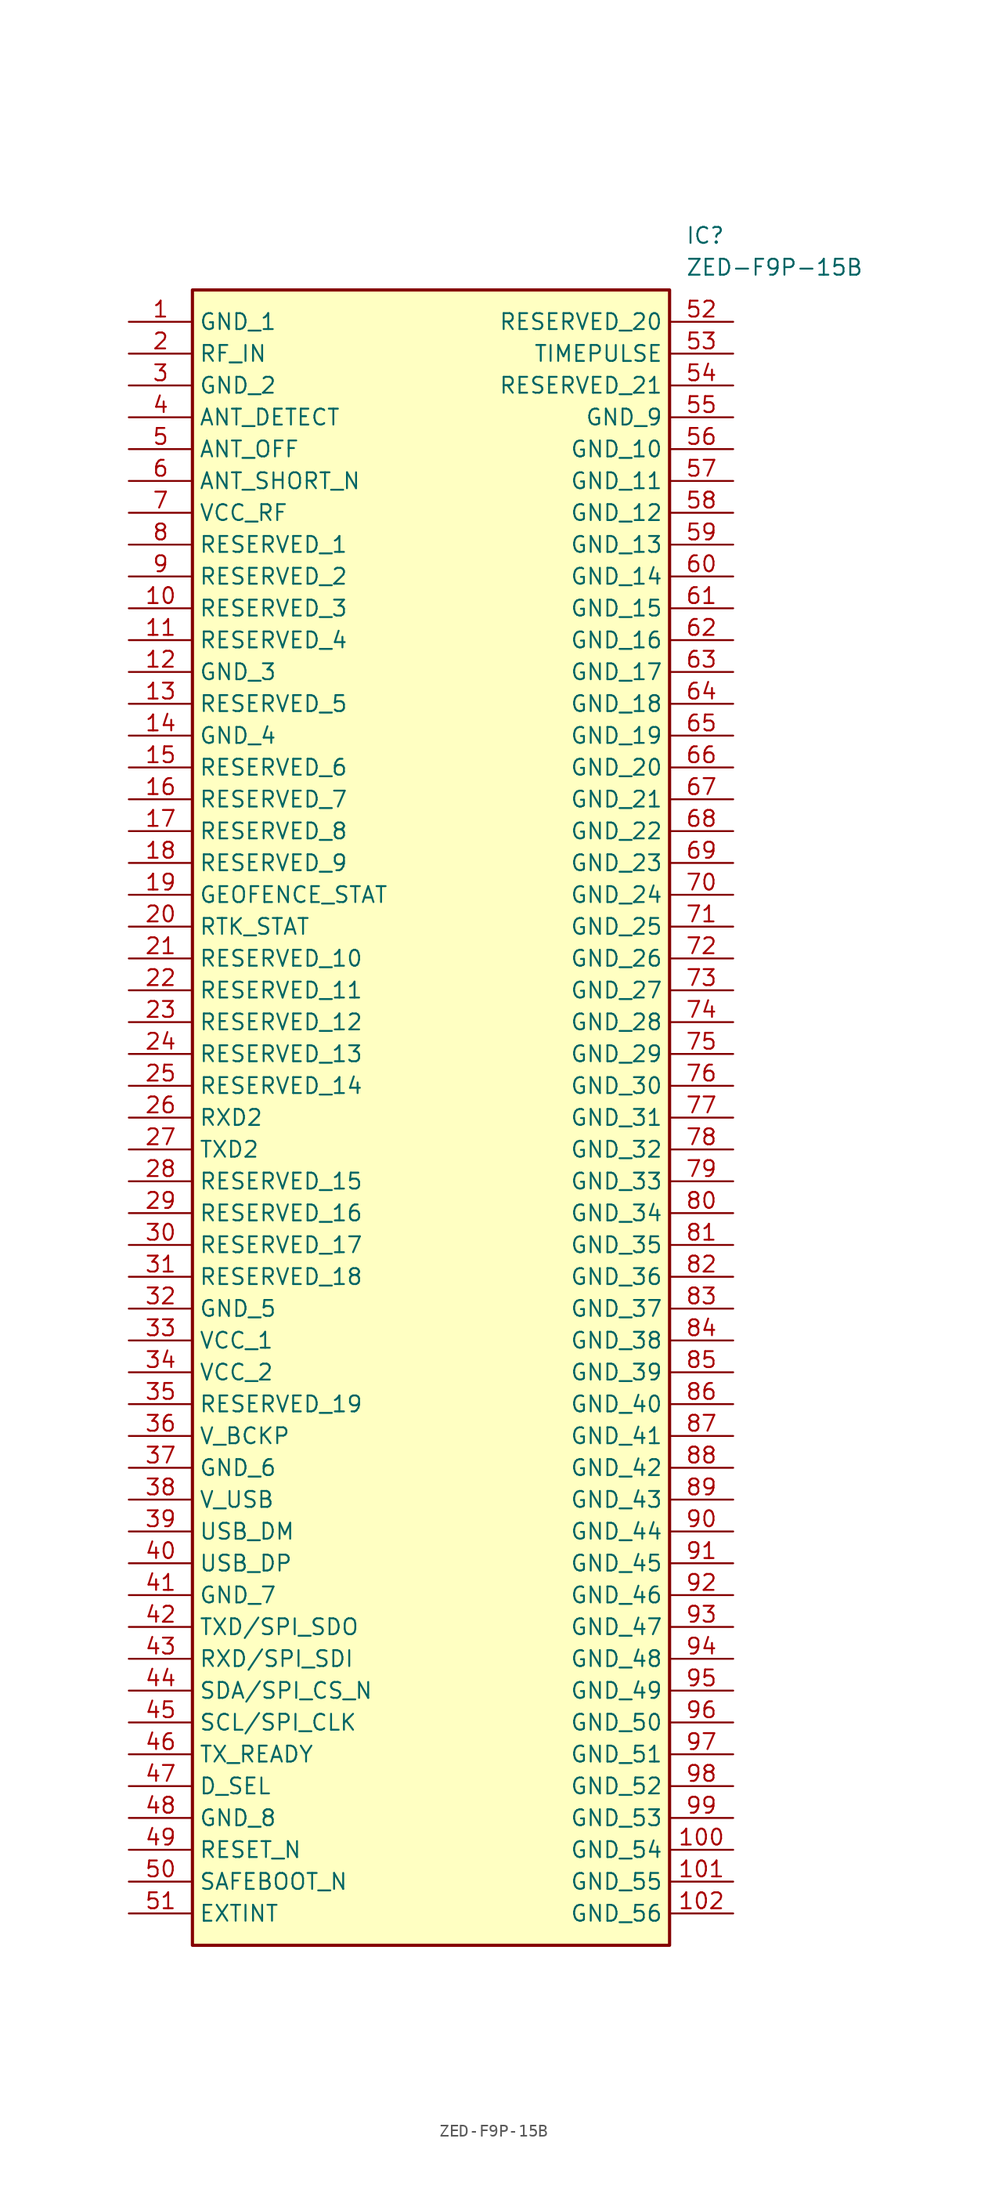
<source format=kicad_sym>
(kicad_symbol_lib
  (version 20211014)
  (generator SamacSys_ECAD_Model)
  (symbol "ZED-F9P-15B"
    (property "Reference" "IC"
      (at 44.45 7.62 0)
      (effects (font (size 1.27 1.27)) (justify left top)))
    (property "Value" "ZED-F9P-15B"
      (at 44.45 5.08 0)
      (effects (font (size 1.27 1.27)) (justify left top)))
    (rectangle
      (start 5.08 2.54)
      (end 43.18 -129.54)
      (stroke (width 0.254) (type default))
      (fill (type background)))
    (pin passive line
      (at 0 0 0)
      (length 5.08)
      (name "GND_1" (effects (font (size 1.27 1.27))))
      (number "1" (effects (font (size 1.27 1.27)))))
    (pin passive line
      (at 0 -2.54 0)
      (length 5.08)
      (name "RF_IN" (effects (font (size 1.27 1.27))))
      (number "2" (effects (font (size 1.27 1.27)))))
    (pin passive line
      (at 0 -5.08 0)
      (length 5.08)
      (name "GND_2" (effects (font (size 1.27 1.27))))
      (number "3" (effects (font (size 1.27 1.27)))))
    (pin passive line
      (at 0 -7.62 0)
      (length 5.08)
      (name "ANT_DETECT" (effects (font (size 1.27 1.27))))
      (number "4" (effects (font (size 1.27 1.27)))))
    (pin passive line
      (at 0 -10.16 0)
      (length 5.08)
      (name "ANT_OFF" (effects (font (size 1.27 1.27))))
      (number "5" (effects (font (size 1.27 1.27)))))
    (pin passive line
      (at 0 -12.7 0)
      (length 5.08)
      (name "ANT_SHORT_N" (effects (font (size 1.27 1.27))))
      (number "6" (effects (font (size 1.27 1.27)))))
    (pin passive line
      (at 0 -15.24 0)
      (length 5.08)
      (name "VCC_RF" (effects (font (size 1.27 1.27))))
      (number "7" (effects (font (size 1.27 1.27)))))
    (pin passive line
      (at 0 -17.78 0)
      (length 5.08)
      (name "RESERVED_1" (effects (font (size 1.27 1.27))))
      (number "8" (effects (font (size 1.27 1.27)))))
    (pin passive line
      (at 0 -20.32 0)
      (length 5.08)
      (name "RESERVED_2" (effects (font (size 1.27 1.27))))
      (number "9" (effects (font (size 1.27 1.27)))))
    (pin passive line
      (at 0 -22.86 0)
      (length 5.08)
      (name "RESERVED_3" (effects (font (size 1.27 1.27))))
      (number "10" (effects (font (size 1.27 1.27)))))
    (pin passive line
      (at 0 -25.4 0)
      (length 5.08)
      (name "RESERVED_4" (effects (font (size 1.27 1.27))))
      (number "11" (effects (font (size 1.27 1.27)))))
    (pin passive line
      (at 0 -27.94 0)
      (length 5.08)
      (name "GND_3" (effects (font (size 1.27 1.27))))
      (number "12" (effects (font (size 1.27 1.27)))))
    (pin passive line
      (at 0 -30.48 0)
      (length 5.08)
      (name "RESERVED_5" (effects (font (size 1.27 1.27))))
      (number "13" (effects (font (size 1.27 1.27)))))
    (pin passive line
      (at 0 -33.02 0)
      (length 5.08)
      (name "GND_4" (effects (font (size 1.27 1.27))))
      (number "14" (effects (font (size 1.27 1.27)))))
    (pin passive line
      (at 0 -35.56 0)
      (length 5.08)
      (name "RESERVED_6" (effects (font (size 1.27 1.27))))
      (number "15" (effects (font (size 1.27 1.27)))))
    (pin passive line
      (at 0 -38.1 0)
      (length 5.08)
      (name "RESERVED_7" (effects (font (size 1.27 1.27))))
      (number "16" (effects (font (size 1.27 1.27)))))
    (pin passive line
      (at 0 -40.64 0)
      (length 5.08)
      (name "RESERVED_8" (effects (font (size 1.27 1.27))))
      (number "17" (effects (font (size 1.27 1.27)))))
    (pin passive line
      (at 0 -43.18 0)
      (length 5.08)
      (name "RESERVED_9" (effects (font (size 1.27 1.27))))
      (number "18" (effects (font (size 1.27 1.27)))))
    (pin passive line
      (at 0 -45.72 0)
      (length 5.08)
      (name "GEOFENCE_STAT" (effects (font (size 1.27 1.27))))
      (number "19" (effects (font (size 1.27 1.27)))))
    (pin passive line
      (at 0 -48.26 0)
      (length 5.08)
      (name "RTK_STAT" (effects (font (size 1.27 1.27))))
      (number "20" (effects (font (size 1.27 1.27)))))
    (pin passive line
      (at 0 -50.8 0)
      (length 5.08)
      (name "RESERVED_10" (effects (font (size 1.27 1.27))))
      (number "21" (effects (font (size 1.27 1.27)))))
    (pin passive line
      (at 0 -53.34 0)
      (length 5.08)
      (name "RESERVED_11" (effects (font (size 1.27 1.27))))
      (number "22" (effects (font (size 1.27 1.27)))))
    (pin passive line
      (at 0 -55.88 0)
      (length 5.08)
      (name "RESERVED_12" (effects (font (size 1.27 1.27))))
      (number "23" (effects (font (size 1.27 1.27)))))
    (pin passive line
      (at 0 -58.42 0)
      (length 5.08)
      (name "RESERVED_13" (effects (font (size 1.27 1.27))))
      (number "24" (effects (font (size 1.27 1.27)))))
    (pin passive line
      (at 0 -60.96 0)
      (length 5.08)
      (name "RESERVED_14" (effects (font (size 1.27 1.27))))
      (number "25" (effects (font (size 1.27 1.27)))))
    (pin passive line
      (at 0 -63.5 0)
      (length 5.08)
      (name "RXD2" (effects (font (size 1.27 1.27))))
      (number "26" (effects (font (size 1.27 1.27)))))
    (pin passive line
      (at 0 -66.04 0)
      (length 5.08)
      (name "TXD2" (effects (font (size 1.27 1.27))))
      (number "27" (effects (font (size 1.27 1.27)))))
    (pin passive line
      (at 0 -68.58 0)
      (length 5.08)
      (name "RESERVED_15" (effects (font (size 1.27 1.27))))
      (number "28" (effects (font (size 1.27 1.27)))))
    (pin passive line
      (at 0 -71.12 0)
      (length 5.08)
      (name "RESERVED_16" (effects (font (size 1.27 1.27))))
      (number "29" (effects (font (size 1.27 1.27)))))
    (pin passive line
      (at 0 -73.66 0)
      (length 5.08)
      (name "RESERVED_17" (effects (font (size 1.27 1.27))))
      (number "30" (effects (font (size 1.27 1.27)))))
    (pin passive line
      (at 0 -76.2 0)
      (length 5.08)
      (name "RESERVED_18" (effects (font (size 1.27 1.27))))
      (number "31" (effects (font (size 1.27 1.27)))))
    (pin passive line
      (at 0 -78.74 0)
      (length 5.08)
      (name "GND_5" (effects (font (size 1.27 1.27))))
      (number "32" (effects (font (size 1.27 1.27)))))
    (pin passive line
      (at 0 -81.28 0)
      (length 5.08)
      (name "VCC_1" (effects (font (size 1.27 1.27))))
      (number "33" (effects (font (size 1.27 1.27)))))
    (pin passive line
      (at 0 -83.82 0)
      (length 5.08)
      (name "VCC_2" (effects (font (size 1.27 1.27))))
      (number "34" (effects (font (size 1.27 1.27)))))
    (pin passive line
      (at 0 -86.36 0)
      (length 5.08)
      (name "RESERVED_19" (effects (font (size 1.27 1.27))))
      (number "35" (effects (font (size 1.27 1.27)))))
    (pin passive line
      (at 0 -88.9 0)
      (length 5.08)
      (name "V_BCKP" (effects (font (size 1.27 1.27))))
      (number "36" (effects (font (size 1.27 1.27)))))
    (pin passive line
      (at 0 -91.44 0)
      (length 5.08)
      (name "GND_6" (effects (font (size 1.27 1.27))))
      (number "37" (effects (font (size 1.27 1.27)))))
    (pin passive line
      (at 0 -93.98 0)
      (length 5.08)
      (name "V_USB" (effects (font (size 1.27 1.27))))
      (number "38" (effects (font (size 1.27 1.27)))))
    (pin passive line
      (at 0 -96.52 0)
      (length 5.08)
      (name "USB_DM" (effects (font (size 1.27 1.27))))
      (number "39" (effects (font (size 1.27 1.27)))))
    (pin passive line
      (at 0 -99.06 0)
      (length 5.08)
      (name "USB_DP" (effects (font (size 1.27 1.27))))
      (number "40" (effects (font (size 1.27 1.27)))))
    (pin passive line
      (at 0 -101.6 0)
      (length 5.08)
      (name "GND_7" (effects (font (size 1.27 1.27))))
      (number "41" (effects (font (size 1.27 1.27)))))
    (pin passive line
      (at 0 -104.14 0)
      (length 5.08)
      (name "TXD/SPI_SDO" (effects (font (size 1.27 1.27))))
      (number "42" (effects (font (size 1.27 1.27)))))
    (pin passive line
      (at 0 -106.68 0)
      (length 5.08)
      (name "RXD/SPI_SDI" (effects (font (size 1.27 1.27))))
      (number "43" (effects (font (size 1.27 1.27)))))
    (pin passive line
      (at 0 -109.22 0)
      (length 5.08)
      (name "SDA/SPI_CS_N" (effects (font (size 1.27 1.27))))
      (number "44" (effects (font (size 1.27 1.27)))))
    (pin passive line
      (at 0 -111.76 0)
      (length 5.08)
      (name "SCL/SPI_CLK" (effects (font (size 1.27 1.27))))
      (number "45" (effects (font (size 1.27 1.27)))))
    (pin passive line
      (at 0 -114.3 0)
      (length 5.08)
      (name "TX_READY" (effects (font (size 1.27 1.27))))
      (number "46" (effects (font (size 1.27 1.27)))))
    (pin passive line
      (at 0 -116.84 0)
      (length 5.08)
      (name "D_SEL" (effects (font (size 1.27 1.27))))
      (number "47" (effects (font (size 1.27 1.27)))))
    (pin passive line
      (at 0 -119.38 0)
      (length 5.08)
      (name "GND_8" (effects (font (size 1.27 1.27))))
      (number "48" (effects (font (size 1.27 1.27)))))
    (pin passive line
      (at 0 -121.92 0)
      (length 5.08)
      (name "RESET_N" (effects (font (size 1.27 1.27))))
      (number "49" (effects (font (size 1.27 1.27)))))
    (pin passive line
      (at 0 -124.46 0)
      (length 5.08)
      (name "SAFEBOOT_N" (effects (font (size 1.27 1.27))))
      (number "50" (effects (font (size 1.27 1.27)))))
    (pin passive line
      (at 0 -127 0)
      (length 5.08)
      (name "EXTINT" (effects (font (size 1.27 1.27))))
      (number "51" (effects (font (size 1.27 1.27)))))
    (pin passive line
      (at 48.26 0 180)
      (length 5.08)
      (name "RESERVED_20" (effects (font (size 1.27 1.27))))
      (number "52" (effects (font (size 1.27 1.27)))))
    (pin passive line
      (at 48.26 -2.54 180)
      (length 5.08)
      (name "TIMEPULSE" (effects (font (size 1.27 1.27))))
      (number "53" (effects (font (size 1.27 1.27)))))
    (pin passive line
      (at 48.26 -5.08 180)
      (length 5.08)
      (name "RESERVED_21" (effects (font (size 1.27 1.27))))
      (number "54" (effects (font (size 1.27 1.27)))))
    (pin passive line
      (at 48.26 -7.62 180)
      (length 5.08)
      (name "GND_9" (effects (font (size 1.27 1.27))))
      (number "55" (effects (font (size 1.27 1.27)))))
    (pin passive line
      (at 48.26 -10.16 180)
      (length 5.08)
      (name "GND_10" (effects (font (size 1.27 1.27))))
      (number "56" (effects (font (size 1.27 1.27)))))
    (pin passive line
      (at 48.26 -12.7 180)
      (length 5.08)
      (name "GND_11" (effects (font (size 1.27 1.27))))
      (number "57" (effects (font (size 1.27 1.27)))))
    (pin passive line
      (at 48.26 -15.24 180)
      (length 5.08)
      (name "GND_12" (effects (font (size 1.27 1.27))))
      (number "58" (effects (font (size 1.27 1.27)))))
    (pin passive line
      (at 48.26 -17.78 180)
      (length 5.08)
      (name "GND_13" (effects (font (size 1.27 1.27))))
      (number "59" (effects (font (size 1.27 1.27)))))
    (pin passive line
      (at 48.26 -20.32 180)
      (length 5.08)
      (name "GND_14" (effects (font (size 1.27 1.27))))
      (number "60" (effects (font (size 1.27 1.27)))))
    (pin passive line
      (at 48.26 -22.86 180)
      (length 5.08)
      (name "GND_15" (effects (font (size 1.27 1.27))))
      (number "61" (effects (font (size 1.27 1.27)))))
    (pin passive line
      (at 48.26 -25.4 180)
      (length 5.08)
      (name "GND_16" (effects (font (size 1.27 1.27))))
      (number "62" (effects (font (size 1.27 1.27)))))
    (pin passive line
      (at 48.26 -27.94 180)
      (length 5.08)
      (name "GND_17" (effects (font (size 1.27 1.27))))
      (number "63" (effects (font (size 1.27 1.27)))))
    (pin passive line
      (at 48.26 -30.48 180)
      (length 5.08)
      (name "GND_18" (effects (font (size 1.27 1.27))))
      (number "64" (effects (font (size 1.27 1.27)))))
    (pin passive line
      (at 48.26 -33.02 180)
      (length 5.08)
      (name "GND_19" (effects (font (size 1.27 1.27))))
      (number "65" (effects (font (size 1.27 1.27)))))
    (pin passive line
      (at 48.26 -35.56 180)
      (length 5.08)
      (name "GND_20" (effects (font (size 1.27 1.27))))
      (number "66" (effects (font (size 1.27 1.27)))))
    (pin passive line
      (at 48.26 -38.1 180)
      (length 5.08)
      (name "GND_21" (effects (font (size 1.27 1.27))))
      (number "67" (effects (font (size 1.27 1.27)))))
    (pin passive line
      (at 48.26 -40.64 180)
      (length 5.08)
      (name "GND_22" (effects (font (size 1.27 1.27))))
      (number "68" (effects (font (size 1.27 1.27)))))
    (pin passive line
      (at 48.26 -43.18 180)
      (length 5.08)
      (name "GND_23" (effects (font (size 1.27 1.27))))
      (number "69" (effects (font (size 1.27 1.27)))))
    (pin passive line
      (at 48.26 -45.72 180)
      (length 5.08)
      (name "GND_24" (effects (font (size 1.27 1.27))))
      (number "70" (effects (font (size 1.27 1.27)))))
    (pin passive line
      (at 48.26 -48.26 180)
      (length 5.08)
      (name "GND_25" (effects (font (size 1.27 1.27))))
      (number "71" (effects (font (size 1.27 1.27)))))
    (pin passive line
      (at 48.26 -50.8 180)
      (length 5.08)
      (name "GND_26" (effects (font (size 1.27 1.27))))
      (number "72" (effects (font (size 1.27 1.27)))))
    (pin passive line
      (at 48.26 -53.34 180)
      (length 5.08)
      (name "GND_27" (effects (font (size 1.27 1.27))))
      (number "73" (effects (font (size 1.27 1.27)))))
    (pin passive line
      (at 48.26 -55.88 180)
      (length 5.08)
      (name "GND_28" (effects (font (size 1.27 1.27))))
      (number "74" (effects (font (size 1.27 1.27)))))
    (pin passive line
      (at 48.26 -58.42 180)
      (length 5.08)
      (name "GND_29" (effects (font (size 1.27 1.27))))
      (number "75" (effects (font (size 1.27 1.27)))))
    (pin passive line
      (at 48.26 -60.96 180)
      (length 5.08)
      (name "GND_30" (effects (font (size 1.27 1.27))))
      (number "76" (effects (font (size 1.27 1.27)))))
    (pin passive line
      (at 48.26 -63.5 180)
      (length 5.08)
      (name "GND_31" (effects (font (size 1.27 1.27))))
      (number "77" (effects (font (size 1.27 1.27)))))
    (pin passive line
      (at 48.26 -66.04 180)
      (length 5.08)
      (name "GND_32" (effects (font (size 1.27 1.27))))
      (number "78" (effects (font (size 1.27 1.27)))))
    (pin passive line
      (at 48.26 -68.58 180)
      (length 5.08)
      (name "GND_33" (effects (font (size 1.27 1.27))))
      (number "79" (effects (font (size 1.27 1.27)))))
    (pin passive line
      (at 48.26 -71.12 180)
      (length 5.08)
      (name "GND_34" (effects (font (size 1.27 1.27))))
      (number "80" (effects (font (size 1.27 1.27)))))
    (pin passive line
      (at 48.26 -73.66 180)
      (length 5.08)
      (name "GND_35" (effects (font (size 1.27 1.27))))
      (number "81" (effects (font (size 1.27 1.27)))))
    (pin passive line
      (at 48.26 -76.2 180)
      (length 5.08)
      (name "GND_36" (effects (font (size 1.27 1.27))))
      (number "82" (effects (font (size 1.27 1.27)))))
    (pin passive line
      (at 48.26 -78.74 180)
      (length 5.08)
      (name "GND_37" (effects (font (size 1.27 1.27))))
      (number "83" (effects (font (size 1.27 1.27)))))
    (pin passive line
      (at 48.26 -81.28 180)
      (length 5.08)
      (name "GND_38" (effects (font (size 1.27 1.27))))
      (number "84" (effects (font (size 1.27 1.27)))))
    (pin passive line
      (at 48.26 -83.82 180)
      (length 5.08)
      (name "GND_39" (effects (font (size 1.27 1.27))))
      (number "85" (effects (font (size 1.27 1.27)))))
    (pin passive line
      (at 48.26 -86.36 180)
      (length 5.08)
      (name "GND_40" (effects (font (size 1.27 1.27))))
      (number "86" (effects (font (size 1.27 1.27)))))
    (pin passive line
      (at 48.26 -88.9 180)
      (length 5.08)
      (name "GND_41" (effects (font (size 1.27 1.27))))
      (number "87" (effects (font (size 1.27 1.27)))))
    (pin passive line
      (at 48.26 -91.44 180)
      (length 5.08)
      (name "GND_42" (effects (font (size 1.27 1.27))))
      (number "88" (effects (font (size 1.27 1.27)))))
    (pin passive line
      (at 48.26 -93.98 180)
      (length 5.08)
      (name "GND_43" (effects (font (size 1.27 1.27))))
      (number "89" (effects (font (size 1.27 1.27)))))
    (pin passive line
      (at 48.26 -96.52 180)
      (length 5.08)
      (name "GND_44" (effects (font (size 1.27 1.27))))
      (number "90" (effects (font (size 1.27 1.27)))))
    (pin passive line
      (at 48.26 -99.06 180)
      (length 5.08)
      (name "GND_45" (effects (font (size 1.27 1.27))))
      (number "91" (effects (font (size 1.27 1.27)))))
    (pin passive line
      (at 48.26 -101.6 180)
      (length 5.08)
      (name "GND_46" (effects (font (size 1.27 1.27))))
      (number "92" (effects (font (size 1.27 1.27)))))
    (pin passive line
      (at 48.26 -104.14 180)
      (length 5.08)
      (name "GND_47" (effects (font (size 1.27 1.27))))
      (number "93" (effects (font (size 1.27 1.27)))))
    (pin passive line
      (at 48.26 -106.68 180)
      (length 5.08)
      (name "GND_48" (effects (font (size 1.27 1.27))))
      (number "94" (effects (font (size 1.27 1.27)))))
    (pin passive line
      (at 48.26 -109.22 180)
      (length 5.08)
      (name "GND_49" (effects (font (size 1.27 1.27))))
      (number "95" (effects (font (size 1.27 1.27)))))
    (pin passive line
      (at 48.26 -111.76 180)
      (length 5.08)
      (name "GND_50" (effects (font (size 1.27 1.27))))
      (number "96" (effects (font (size 1.27 1.27)))))
    (pin passive line
      (at 48.26 -114.3 180)
      (length 5.08)
      (name "GND_51" (effects (font (size 1.27 1.27))))
      (number "97" (effects (font (size 1.27 1.27)))))
    (pin passive line
      (at 48.26 -116.84 180)
      (length 5.08)
      (name "GND_52" (effects (font (size 1.27 1.27))))
      (number "98" (effects (font (size 1.27 1.27)))))
    (pin passive line
      (at 48.26 -119.38 180)
      (length 5.08)
      (name "GND_53" (effects (font (size 1.27 1.27))))
      (number "99" (effects (font (size 1.27 1.27)))))
    (pin passive line
      (at 48.26 -121.92 180)
      (length 5.08)
      (name "GND_54" (effects (font (size 1.27 1.27))))
      (number "100" (effects (font (size 1.27 1.27)))))
    (pin passive line
      (at 48.26 -124.46 180)
      (length 5.08)
      (name "GND_55" (effects (font (size 1.27 1.27))))
      (number "101" (effects (font (size 1.27 1.27)))))
    (pin passive line
      (at 48.26 -127 180)
      (length 5.08)
      (name "GND_56" (effects (font (size 1.27 1.27))))
      (number "102" (effects (font (size 1.27 1.27)))))))
</source>
